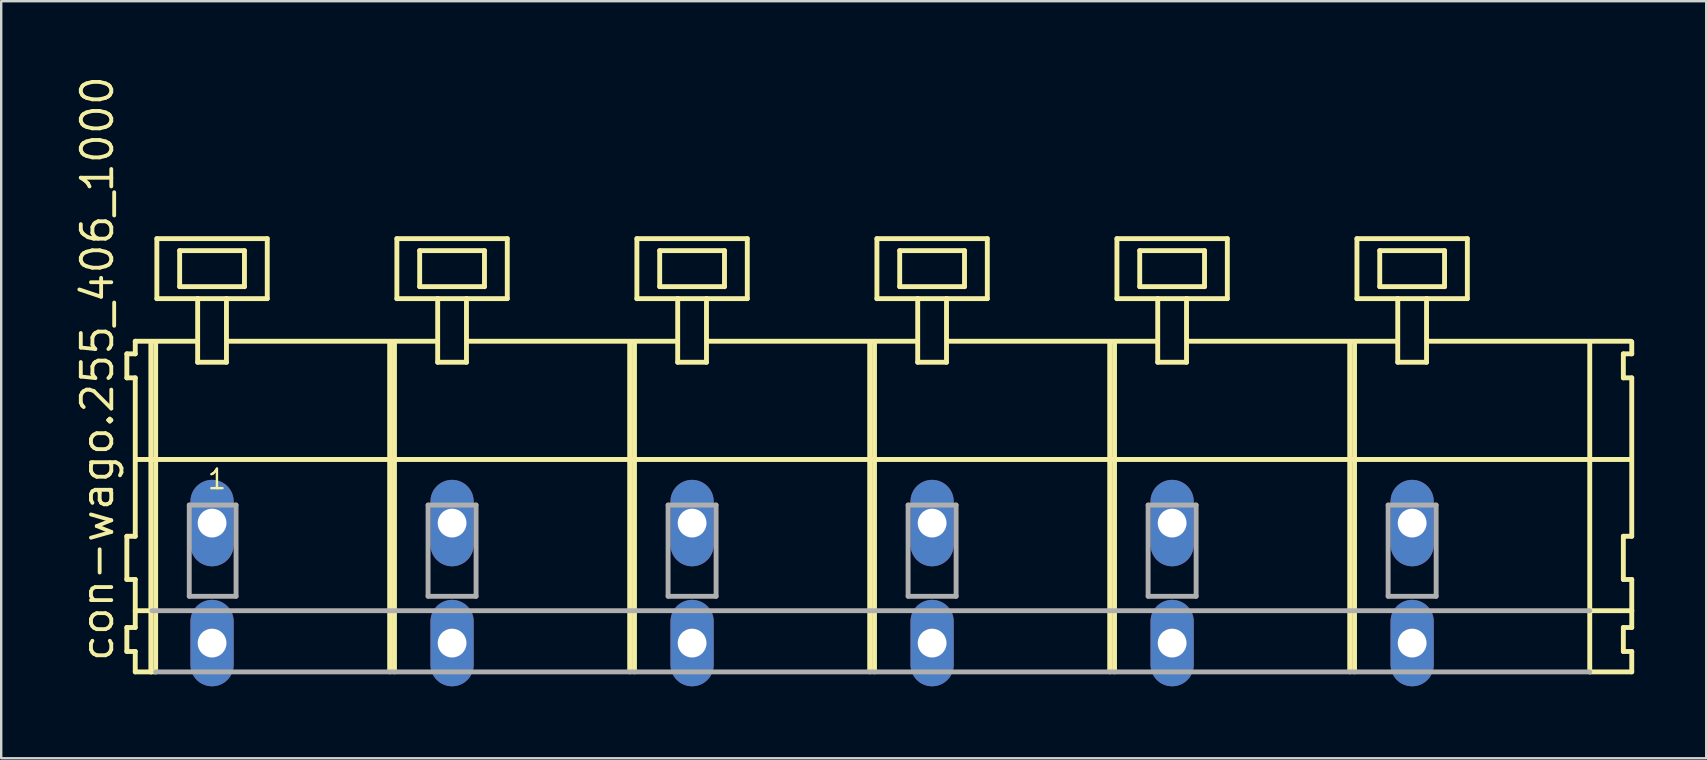
<source format=kicad_pcb>
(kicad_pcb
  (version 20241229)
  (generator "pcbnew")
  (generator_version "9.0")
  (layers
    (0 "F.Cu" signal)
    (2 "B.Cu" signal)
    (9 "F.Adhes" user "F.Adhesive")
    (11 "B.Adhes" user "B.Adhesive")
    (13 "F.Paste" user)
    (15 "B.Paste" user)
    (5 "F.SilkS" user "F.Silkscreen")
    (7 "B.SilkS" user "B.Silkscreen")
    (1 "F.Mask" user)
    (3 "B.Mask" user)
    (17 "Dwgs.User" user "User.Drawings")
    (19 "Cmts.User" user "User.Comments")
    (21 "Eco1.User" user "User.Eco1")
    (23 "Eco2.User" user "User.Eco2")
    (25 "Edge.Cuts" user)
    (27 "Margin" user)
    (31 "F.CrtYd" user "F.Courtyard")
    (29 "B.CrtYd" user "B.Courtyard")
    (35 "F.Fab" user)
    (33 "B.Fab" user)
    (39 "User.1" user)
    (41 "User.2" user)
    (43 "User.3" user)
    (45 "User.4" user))
  (footprint "con-wago.255_406_1000"
    (layer "F.Cu")
    (at 33.285 18.743)
    (property "Reference" "con-wago.255_406_1000" (at -31.535 5.855 90) (layer "F.SilkS") (effects (font (size 1.27 1.27) (thickness 0.16)) (justify left bottom)))
    (attr through_hole)
    (fp_line (start -31.05 -7.05) (end -31.05 -6.05) (stroke (width 0.203) (type default)) (layer "F.SilkS"))
    (fp_line (start -31.05 -6.05) (end -30.7 -6.05) (stroke (width 0.203) (type default)) (layer "F.SilkS"))
    (fp_line (start -31.05 0.55) (end -31.05 2.35) (stroke (width 0.203) (type default)) (layer "F.SilkS"))
    (fp_line (start -31.05 2.35) (end -30.7 2.35) (stroke (width 0.203) (type default)) (layer "F.SilkS"))
    (fp_line (start -31.05 4.35) (end -31.05 5.35) (stroke (width 0.203) (type default)) (layer "F.SilkS"))
    (fp_line (start -31.05 5.35) (end -30.7 5.35) (stroke (width 0.203) (type default)) (layer "F.SilkS"))
    (fp_line (start -30.7 -7.575) (end -30.7 -7.05) (stroke (width 0.203) (type default)) (layer "F.SilkS"))
    (fp_line (start -30.7 -7.575) (end -28.125 -7.575) (stroke (width 0.203) (type default)) (layer "F.SilkS"))
    (fp_line (start -30.7 -7.05) (end -31.05 -7.05) (stroke (width 0.203) (type default)) (layer "F.SilkS"))
    (fp_line (start -30.7 -6.05) (end -30.7 0.55) (stroke (width 0.203) (type default)) (layer "F.SilkS"))
    (fp_line (start -30.7 0.55) (end -31.05 0.55) (stroke (width 0.203) (type default)) (layer "F.SilkS"))
    (fp_line (start -30.7 2.35) (end -30.7 4.35) (stroke (width 0.203) (type default)) (layer "F.SilkS"))
    (fp_line (start -30.7 3.65) (end -30 3.65) (stroke (width 0.203) (type default)) (layer "F.SilkS"))
    (fp_line (start -30.7 4.35) (end -31.05 4.35) (stroke (width 0.203) (type default)) (layer "F.SilkS"))
    (fp_line (start -30.7 5.35) (end -30.7 6.2) (stroke (width 0.203) (type default)) (layer "F.SilkS"))
    (fp_line (start -30.7 6.2) (end -30.05 6.2) (stroke (width 0.203) (type default)) (layer "F.SilkS"))
    (fp_line (start -30.65 -2.65) (end 31.6 -2.65) (stroke (width 0.203) (type default)) (layer "F.SilkS"))
    (fp_line (start -30.05 -7.55) (end -30.05 6.2) (stroke (width 0.203) (type default)) (layer "F.SilkS"))
    (fp_line (start -30.05 6.2) (end -29.85 6.2) (stroke (width 0.203) (type default)) (layer "F.SilkS"))
    (fp_line (start -29.85 -7.55) (end -29.85 6.2) (stroke (width 0.203) (type default)) (layer "F.SilkS"))
    (fp_line (start -29.8 -11.85) (end -29.8 -9.35) (stroke (width 0.203) (type default)) (layer "F.SilkS"))
    (fp_line (start -29.8 -9.35) (end -28.1 -9.35) (stroke (width 0.203) (type default)) (layer "F.SilkS"))
    (fp_line (start -28.85 -11.35) (end -28.85 -9.85) (stroke (width 0.203) (type default)) (layer "F.SilkS"))
    (fp_line (start -28.85 -9.85) (end -26.15 -9.85) (stroke (width 0.203) (type default)) (layer "F.SilkS"))
    (fp_line (start -28.1 -9.35) (end -28.1 -6.7) (stroke (width 0.203) (type default)) (layer "F.SilkS"))
    (fp_line (start -28.1 -9.35) (end -26.9 -9.35) (stroke (width 0.203) (type default)) (layer "F.SilkS"))
    (fp_line (start -28.1 -6.7) (end -26.9 -6.7) (stroke (width 0.203) (type default)) (layer "F.SilkS"))
    (fp_line (start -26.9 -9.35) (end -25.2 -9.35) (stroke (width 0.203) (type default)) (layer "F.SilkS"))
    (fp_line (start -26.9 -6.7) (end -26.9 -9.35) (stroke (width 0.203) (type default)) (layer "F.SilkS"))
    (fp_line (start -26.825 -7.575) (end -18.125 -7.575) (stroke (width 0.203) (type default)) (layer "F.SilkS"))
    (fp_line (start -26.15 -11.35) (end -28.85 -11.35) (stroke (width 0.203) (type default)) (layer "F.SilkS"))
    (fp_line (start -26.15 -9.85) (end -26.15 -11.35) (stroke (width 0.203) (type default)) (layer "F.SilkS"))
    (fp_line (start -25.2 -11.85) (end -29.8 -11.85) (stroke (width 0.203) (type default)) (layer "F.SilkS"))
    (fp_line (start -25.2 -9.35) (end -25.2 -11.85) (stroke (width 0.203) (type default)) (layer "F.SilkS"))
    (fp_line (start -20.1 -7.55) (end -20.1 6.2) (stroke (width 0.203) (type default)) (layer "F.SilkS"))
    (fp_line (start -19.9 -7.55) (end -19.9 6.2) (stroke (width 0.203) (type default)) (layer "F.SilkS"))
    (fp_line (start -19.8 -11.85) (end -19.8 -9.35) (stroke (width 0.203) (type default)) (layer "F.SilkS"))
    (fp_line (start -19.8 -9.35) (end -18.1 -9.35) (stroke (width 0.203) (type default)) (layer "F.SilkS"))
    (fp_line (start -18.85 -11.35) (end -18.85 -9.85) (stroke (width 0.203) (type default)) (layer "F.SilkS"))
    (fp_line (start -18.85 -9.85) (end -16.15 -9.85) (stroke (width 0.203) (type default)) (layer "F.SilkS"))
    (fp_line (start -18.1 -9.35) (end -18.1 -6.7) (stroke (width 0.203) (type default)) (layer "F.SilkS"))
    (fp_line (start -18.1 -9.35) (end -16.9 -9.35) (stroke (width 0.203) (type default)) (layer "F.SilkS"))
    (fp_line (start -18.1 -6.7) (end -16.9 -6.7) (stroke (width 0.203) (type default)) (layer "F.SilkS"))
    (fp_line (start -16.9 -9.35) (end -15.2 -9.35) (stroke (width 0.203) (type default)) (layer "F.SilkS"))
    (fp_line (start -16.9 -6.7) (end -16.9 -9.35) (stroke (width 0.203) (type default)) (layer "F.SilkS"))
    (fp_line (start -16.825 -7.575) (end -8.125 -7.575) (stroke (width 0.203) (type default)) (layer "F.SilkS"))
    (fp_line (start -16.15 -11.35) (end -18.85 -11.35) (stroke (width 0.203) (type default)) (layer "F.SilkS"))
    (fp_line (start -16.15 -9.85) (end -16.15 -11.35) (stroke (width 0.203) (type default)) (layer "F.SilkS"))
    (fp_line (start -15.2 -11.85) (end -19.8 -11.85) (stroke (width 0.203) (type default)) (layer "F.SilkS"))
    (fp_line (start -15.2 -9.35) (end -15.2 -11.85) (stroke (width 0.203) (type default)) (layer "F.SilkS"))
    (fp_line (start -10.1 -7.55) (end -10.1 6.2) (stroke (width 0.203) (type default)) (layer "F.SilkS"))
    (fp_line (start -9.9 -7.55) (end -9.9 6.2) (stroke (width 0.203) (type default)) (layer "F.SilkS"))
    (fp_line (start -9.8 -11.85) (end -9.8 -9.35) (stroke (width 0.203) (type default)) (layer "F.SilkS"))
    (fp_line (start -9.8 -9.35) (end -8.1 -9.35) (stroke (width 0.203) (type default)) (layer "F.SilkS"))
    (fp_line (start -8.85 -11.35) (end -8.85 -9.85) (stroke (width 0.203) (type default)) (layer "F.SilkS"))
    (fp_line (start -8.85 -9.85) (end -6.15 -9.85) (stroke (width 0.203) (type default)) (layer "F.SilkS"))
    (fp_line (start -8.1 -9.35) (end -8.1 -6.7) (stroke (width 0.203) (type default)) (layer "F.SilkS"))
    (fp_line (start -8.1 -9.35) (end -6.9 -9.35) (stroke (width 0.203) (type default)) (layer "F.SilkS"))
    (fp_line (start -8.1 -6.7) (end -6.9 -6.7) (stroke (width 0.203) (type default)) (layer "F.SilkS"))
    (fp_line (start -6.9 -9.35) (end -5.2 -9.35) (stroke (width 0.203) (type default)) (layer "F.SilkS"))
    (fp_line (start -6.9 -6.7) (end -6.9 -9.35) (stroke (width 0.203) (type default)) (layer "F.SilkS"))
    (fp_line (start -6.825 -7.575) (end 1.875 -7.575) (stroke (width 0.203) (type default)) (layer "F.SilkS"))
    (fp_line (start -6.15 -11.35) (end -8.85 -11.35) (stroke (width 0.203) (type default)) (layer "F.SilkS"))
    (fp_line (start -6.15 -9.85) (end -6.15 -11.35) (stroke (width 0.203) (type default)) (layer "F.SilkS"))
    (fp_line (start -5.2 -11.85) (end -9.8 -11.85) (stroke (width 0.203) (type default)) (layer "F.SilkS"))
    (fp_line (start -5.2 -9.35) (end -5.2 -11.85) (stroke (width 0.203) (type default)) (layer "F.SilkS"))
    (fp_line (start -0.1 -7.55) (end -0.1 6.2) (stroke (width 0.203) (type default)) (layer "F.SilkS"))
    (fp_line (start 0.1 -7.55) (end 0.1 6.2) (stroke (width 0.203) (type default)) (layer "F.SilkS"))
    (fp_line (start 0.2 -11.85) (end 0.2 -9.35) (stroke (width 0.203) (type default)) (layer "F.SilkS"))
    (fp_line (start 0.2 -9.35) (end 1.9 -9.35) (stroke (width 0.203) (type default)) (layer "F.SilkS"))
    (fp_line (start 1.15 -11.35) (end 1.15 -9.85) (stroke (width 0.203) (type default)) (layer "F.SilkS"))
    (fp_line (start 1.15 -9.85) (end 3.85 -9.85) (stroke (width 0.203) (type default)) (layer "F.SilkS"))
    (fp_line (start 1.9 -9.35) (end 1.9 -6.7) (stroke (width 0.203) (type default)) (layer "F.SilkS"))
    (fp_line (start 1.9 -9.35) (end 3.1 -9.35) (stroke (width 0.203) (type default)) (layer "F.SilkS"))
    (fp_line (start 1.9 -6.7) (end 3.1 -6.7) (stroke (width 0.203) (type default)) (layer "F.SilkS"))
    (fp_line (start 3.1 -9.35) (end 4.8 -9.35) (stroke (width 0.203) (type default)) (layer "F.SilkS"))
    (fp_line (start 3.1 -6.7) (end 3.1 -9.35) (stroke (width 0.203) (type default)) (layer "F.SilkS"))
    (fp_line (start 3.175 -7.575) (end 11.875 -7.575) (stroke (width 0.203) (type default)) (layer "F.SilkS"))
    (fp_line (start 3.85 -11.35) (end 1.15 -11.35) (stroke (width 0.203) (type default)) (layer "F.SilkS"))
    (fp_line (start 3.85 -9.85) (end 3.85 -11.35) (stroke (width 0.203) (type default)) (layer "F.SilkS"))
    (fp_line (start 4.8 -11.85) (end 0.2 -11.85) (stroke (width 0.203) (type default)) (layer "F.SilkS"))
    (fp_line (start 4.8 -9.35) (end 4.8 -11.85) (stroke (width 0.203) (type default)) (layer "F.SilkS"))
    (fp_line (start 9.9 -7.55) (end 9.9 6.2) (stroke (width 0.203) (type default)) (layer "F.SilkS"))
    (fp_line (start 10.1 -7.55) (end 10.1 6.2) (stroke (width 0.203) (type default)) (layer "F.SilkS"))
    (fp_line (start 10.2 -11.85) (end 10.2 -9.35) (stroke (width 0.203) (type default)) (layer "F.SilkS"))
    (fp_line (start 10.2 -9.35) (end 11.9 -9.35) (stroke (width 0.203) (type default)) (layer "F.SilkS"))
    (fp_line (start 11.15 -11.35) (end 11.15 -9.85) (stroke (width 0.203) (type default)) (layer "F.SilkS"))
    (fp_line (start 11.15 -9.85) (end 13.85 -9.85) (stroke (width 0.203) (type default)) (layer "F.SilkS"))
    (fp_line (start 11.9 -9.35) (end 11.9 -6.7) (stroke (width 0.203) (type default)) (layer "F.SilkS"))
    (fp_line (start 11.9 -9.35) (end 13.1 -9.35) (stroke (width 0.203) (type default)) (layer "F.SilkS"))
    (fp_line (start 11.9 -6.7) (end 13.1 -6.7) (stroke (width 0.203) (type default)) (layer "F.SilkS"))
    (fp_line (start 13.1 -9.35) (end 14.8 -9.35) (stroke (width 0.203) (type default)) (layer "F.SilkS"))
    (fp_line (start 13.1 -6.7) (end 13.1 -9.35) (stroke (width 0.203) (type default)) (layer "F.SilkS"))
    (fp_line (start 13.175 -7.575) (end 21.875 -7.575) (stroke (width 0.203) (type default)) (layer "F.SilkS"))
    (fp_line (start 13.85 -11.35) (end 11.15 -11.35) (stroke (width 0.203) (type default)) (layer "F.SilkS"))
    (fp_line (start 13.85 -9.85) (end 13.85 -11.35) (stroke (width 0.203) (type default)) (layer "F.SilkS"))
    (fp_line (start 14.8 -11.85) (end 10.2 -11.85) (stroke (width 0.203) (type default)) (layer "F.SilkS"))
    (fp_line (start 14.8 -9.35) (end 14.8 -11.85) (stroke (width 0.203) (type default)) (layer "F.SilkS"))
    (fp_line (start 19.9 -7.55) (end 19.9 6.2) (stroke (width 0.203) (type default)) (layer "F.SilkS"))
    (fp_line (start 20.1 -7.55) (end 20.1 6.2) (stroke (width 0.203) (type default)) (layer "F.SilkS"))
    (fp_line (start 20.2 -11.85) (end 20.2 -9.35) (stroke (width 0.203) (type default)) (layer "F.SilkS"))
    (fp_line (start 20.2 -9.35) (end 21.9 -9.35) (stroke (width 0.203) (type default)) (layer "F.SilkS"))
    (fp_line (start 21.15 -11.35) (end 21.15 -9.85) (stroke (width 0.203) (type default)) (layer "F.SilkS"))
    (fp_line (start 21.15 -9.85) (end 23.85 -9.85) (stroke (width 0.203) (type default)) (layer "F.SilkS"))
    (fp_line (start 21.9 -9.35) (end 21.9 -6.7) (stroke (width 0.203) (type default)) (layer "F.SilkS"))
    (fp_line (start 21.9 -9.35) (end 23.1 -9.35) (stroke (width 0.203) (type default)) (layer "F.SilkS"))
    (fp_line (start 21.9 -6.7) (end 23.1 -6.7) (stroke (width 0.203) (type default)) (layer "F.SilkS"))
    (fp_line (start 23.1 -9.35) (end 24.8 -9.35) (stroke (width 0.203) (type default)) (layer "F.SilkS"))
    (fp_line (start 23.1 -6.7) (end 23.1 -9.35) (stroke (width 0.203) (type default)) (layer "F.SilkS"))
    (fp_line (start 23.125 -7.575) (end 31.625 -7.575) (stroke (width 0.203) (type default)) (layer "F.SilkS"))
    (fp_line (start 23.85 -11.35) (end 21.15 -11.35) (stroke (width 0.203) (type default)) (layer "F.SilkS"))
    (fp_line (start 23.85 -9.85) (end 23.85 -11.35) (stroke (width 0.203) (type default)) (layer "F.SilkS"))
    (fp_line (start 24.8 -11.85) (end 20.2 -11.85) (stroke (width 0.203) (type default)) (layer "F.SilkS"))
    (fp_line (start 24.8 -9.35) (end 24.8 -11.85) (stroke (width 0.203) (type default)) (layer "F.SilkS"))
    (fp_line (start 29.9 -7.55) (end 29.9 6.2) (stroke (width 0.203) (type default)) (layer "F.SilkS"))
    (fp_line (start 29.9 6.2) (end 31.65 6.2) (stroke (width 0.203) (type default)) (layer "F.SilkS"))
    (fp_line (start 29.95 3.65) (end 31.65 3.65) (stroke (width 0.203) (type default)) (layer "F.SilkS"))
    (fp_line (start 31.3 -7.05) (end 31.3 -6.05) (stroke (width 0.203) (type default)) (layer "F.SilkS"))
    (fp_line (start 31.3 -6.05) (end 31.65 -6.05) (stroke (width 0.203) (type default)) (layer "F.SilkS"))
    (fp_line (start 31.3 0.55) (end 31.3 2.35) (stroke (width 0.203) (type default)) (layer "F.SilkS"))
    (fp_line (start 31.3 2.35) (end 31.65 2.35) (stroke (width 0.203) (type default)) (layer "F.SilkS"))
    (fp_line (start 31.3 4.35) (end 31.3 5.35) (stroke (width 0.203) (type default)) (layer "F.SilkS"))
    (fp_line (start 31.3 5.35) (end 31.65 5.35) (stroke (width 0.203) (type default)) (layer "F.SilkS"))
    (fp_line (start 31.65 -7.05) (end 31.3 -7.05) (stroke (width 0.203) (type default)) (layer "F.SilkS"))
    (fp_line (start 31.65 -7.05) (end 31.65 -7.55) (stroke (width 0.203) (type default)) (layer "F.SilkS"))
    (fp_line (start 31.65 0.55) (end 31.3 0.55) (stroke (width 0.203) (type default)) (layer "F.SilkS"))
    (fp_line (start 31.65 0.55) (end 31.65 -6.05) (stroke (width 0.203) (type default)) (layer "F.SilkS"))
    (fp_line (start 31.65 3.65) (end 31.65 2.35) (stroke (width 0.203) (type default)) (layer "F.SilkS"))
    (fp_line (start 31.65 4.35) (end 31.3 4.35) (stroke (width 0.203) (type default)) (layer "F.SilkS"))
    (fp_line (start 31.65 4.35) (end 31.65 3.65) (stroke (width 0.203) (type default)) (layer "F.SilkS"))
    (fp_line (start 31.65 6.2) (end 31.65 5.35) (stroke (width 0.203) (type default)) (layer "F.SilkS"))
    (fp_line (start -30 3.65) (end 29.9 3.65) (stroke (width 0.203) (type default)) (layer "F.Fab"))
    (fp_line (start -29.85 6.2) (end 29.9 6.2) (stroke (width 0.203) (type default)) (layer "F.Fab"))
    (fp_line (start -28.45 -0.75) (end -28.45 3.05) (stroke (width 0.203) (type default)) (layer "F.Fab"))
    (fp_line (start -28.45 3.05) (end -26.5 3.05) (stroke (width 0.203) (type default)) (layer "F.Fab"))
    (fp_line (start -26.5 -0.75) (end -28.45 -0.75) (stroke (width 0.203) (type default)) (layer "F.Fab"))
    (fp_line (start -26.5 3.05) (end -26.5 -0.75) (stroke (width 0.203) (type default)) (layer "F.Fab"))
    (fp_line (start -18.5 -0.75) (end -18.5 3.05) (stroke (width 0.203) (type default)) (layer "F.Fab"))
    (fp_line (start -18.5 3.05) (end -16.5 3.05) (stroke (width 0.203) (type default)) (layer "F.Fab"))
    (fp_line (start -16.5 -0.75) (end -18.5 -0.75) (stroke (width 0.203) (type default)) (layer "F.Fab"))
    (fp_line (start -16.5 3.05) (end -16.5 -0.75) (stroke (width 0.203) (type default)) (layer "F.Fab"))
    (fp_line (start -8.5 -0.75) (end -8.5 3.05) (stroke (width 0.203) (type default)) (layer "F.Fab"))
    (fp_line (start -8.5 3.05) (end -6.5 3.05) (stroke (width 0.203) (type default)) (layer "F.Fab"))
    (fp_line (start -6.5 -0.75) (end -8.5 -0.75) (stroke (width 0.203) (type default)) (layer "F.Fab"))
    (fp_line (start -6.5 3.05) (end -6.5 -0.75) (stroke (width 0.203) (type default)) (layer "F.Fab"))
    (fp_line (start 1.5 -0.75) (end 1.5 3.05) (stroke (width 0.203) (type default)) (layer "F.Fab"))
    (fp_line (start 1.5 3.05) (end 3.5 3.05) (stroke (width 0.203) (type default)) (layer "F.Fab"))
    (fp_line (start 3.5 -0.75) (end 1.5 -0.75) (stroke (width 0.203) (type default)) (layer "F.Fab"))
    (fp_line (start 3.5 3.05) (end 3.5 -0.75) (stroke (width 0.203) (type default)) (layer "F.Fab"))
    (fp_line (start 11.5 -0.75) (end 11.5 3.05) (stroke (width 0.203) (type default)) (layer "F.Fab"))
    (fp_line (start 11.5 3.05) (end 13.5 3.05) (stroke (width 0.203) (type default)) (layer "F.Fab"))
    (fp_line (start 13.5 -0.75) (end 11.5 -0.75) (stroke (width 0.203) (type default)) (layer "F.Fab"))
    (fp_line (start 13.5 3.05) (end 13.5 -0.75) (stroke (width 0.203) (type default)) (layer "F.Fab"))
    (fp_line (start 21.5 -0.75) (end 21.5 3.05) (stroke (width 0.203) (type default)) (layer "F.Fab"))
    (fp_line (start 21.5 3.05) (end 23.5 3.05) (stroke (width 0.203) (type default)) (layer "F.Fab"))
    (fp_line (start 23.5 -0.75) (end 21.5 -0.75) (stroke (width 0.203) (type default)) (layer "F.Fab"))
    (fp_line (start 23.5 3.05) (end 23.5 -0.75) (stroke (width 0.203) (type default)) (layer "F.Fab"))
    (fp_text user "1" (at -27.75 -1.35 0) (layer "F.SilkS") (effects (font (size 0.813 0.813) (thickness 0.1)) (justify left bottom)))
    (pad "A1" thru_hole oval (at -27.5 0 90) (size 3.6 1.8) (drill 1.2) (layers "*.Cu" "*.Mask"))
    (pad "A2" thru_hole oval (at -17.5 0 90) (size 3.6 1.8) (drill 1.2) (layers "*.Cu" "*.Mask"))
    (pad "A3" thru_hole oval (at -7.5 0 90) (size 3.6 1.8) (drill 1.2) (layers "*.Cu" "*.Mask"))
    (pad "A4" thru_hole oval (at 2.5 0 90) (size 3.6 1.8) (drill 1.2) (layers "*.Cu" "*.Mask"))
    (pad "A5" thru_hole oval (at 12.5 0 90) (size 3.6 1.8) (drill 1.2) (layers "*.Cu" "*.Mask"))
    (pad "A6" thru_hole oval (at 22.5 0 90) (size 3.6 1.8) (drill 1.2) (layers "*.Cu" "*.Mask"))
    (pad "B1" thru_hole oval (at -27.5 5 90) (size 3.6 1.8) (drill 1.2) (layers "*.Cu" "*.Mask"))
    (pad "B2" thru_hole oval (at -17.5 5 90) (size 3.6 1.8) (drill 1.2) (layers "*.Cu" "*.Mask"))
    (pad "B3" thru_hole oval (at -7.5 5 90) (size 3.6 1.8) (drill 1.2) (layers "*.Cu" "*.Mask"))
    (pad "B4" thru_hole oval (at 2.5 5 90) (size 3.6 1.8) (drill 1.2) (layers "*.Cu" "*.Mask"))
    (pad "B5" thru_hole oval (at 12.5 5 90) (size 3.6 1.8) (drill 1.2) (layers "*.Cu" "*.Mask"))
    (pad "B6" thru_hole oval (at 22.5 5 90) (size 3.6 1.8) (drill 1.2) (layers "*.Cu" "*.Mask")))
  (gr_rect
    (start -3 -3)
    (end 68.037 28.543)
    (stroke (width 0.1) (type default))
    (fill no)
    (layer "Edge.Cuts")))
</source>
